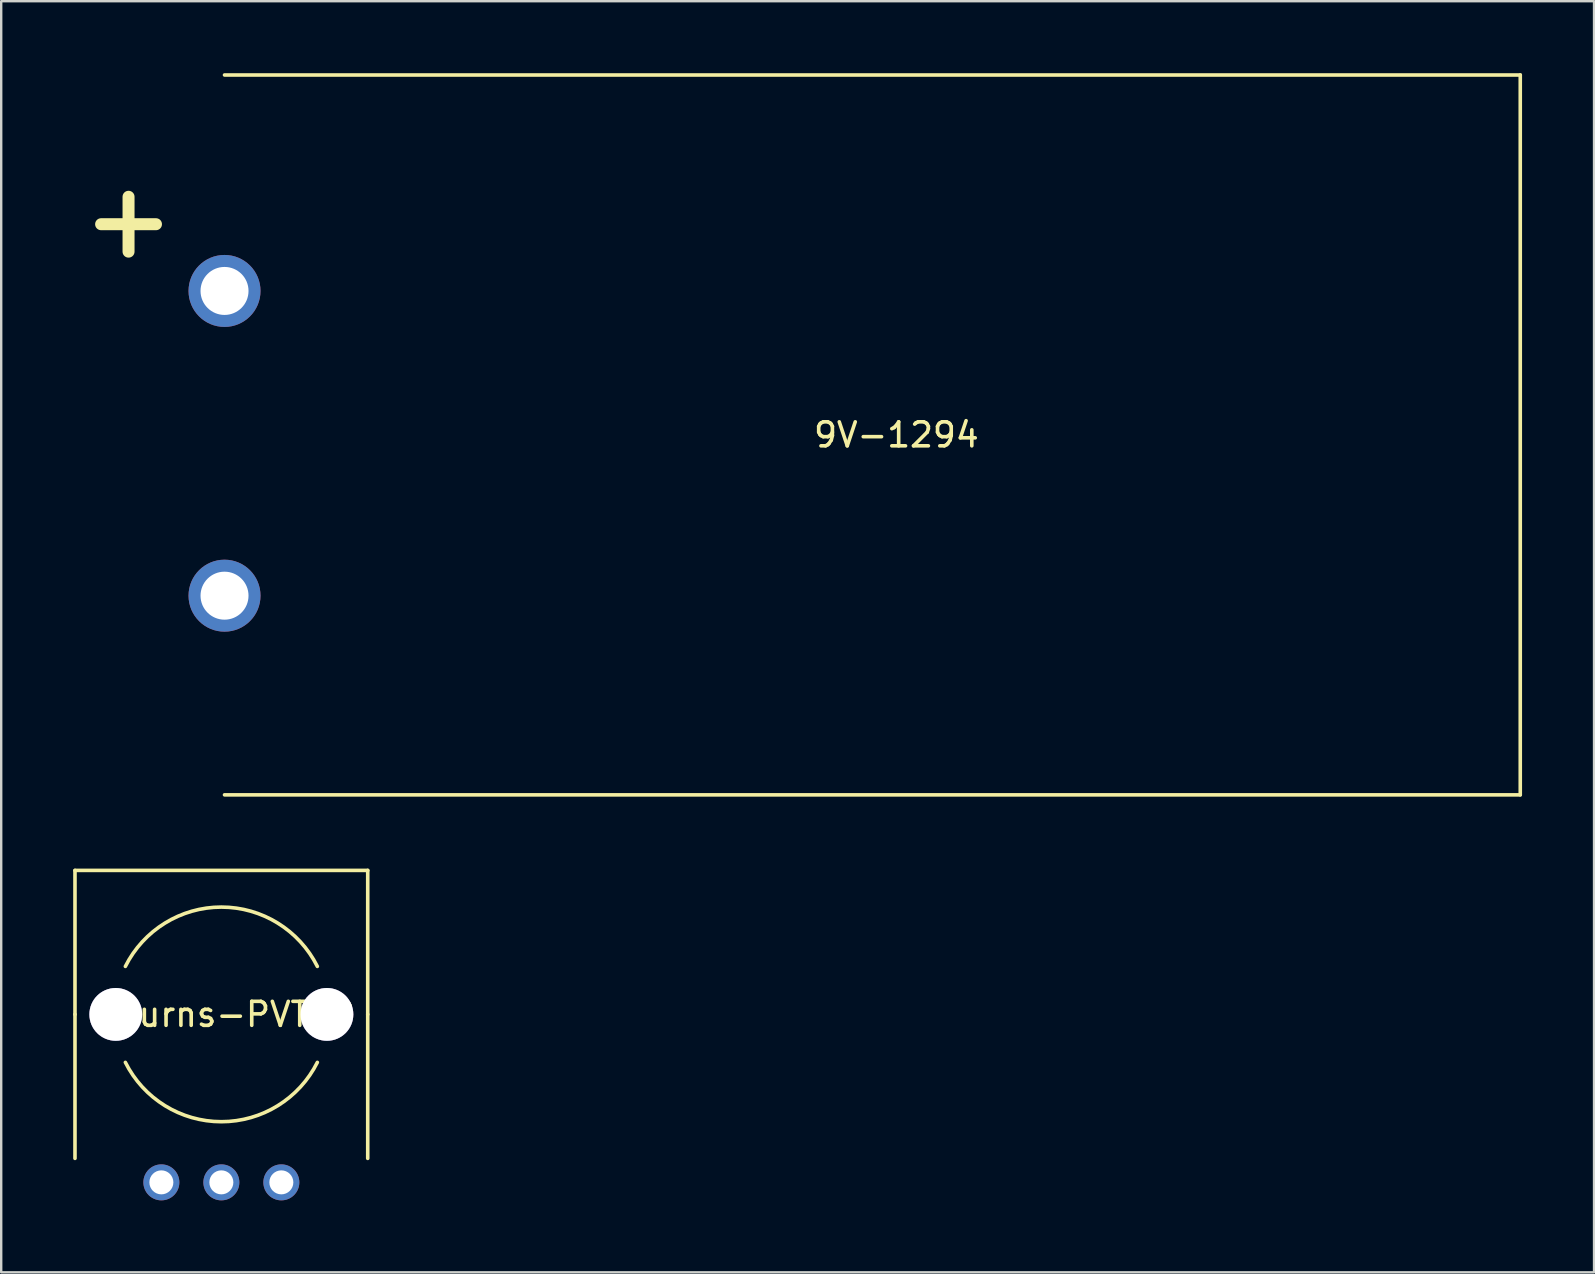
<source format=kicad_pcb>
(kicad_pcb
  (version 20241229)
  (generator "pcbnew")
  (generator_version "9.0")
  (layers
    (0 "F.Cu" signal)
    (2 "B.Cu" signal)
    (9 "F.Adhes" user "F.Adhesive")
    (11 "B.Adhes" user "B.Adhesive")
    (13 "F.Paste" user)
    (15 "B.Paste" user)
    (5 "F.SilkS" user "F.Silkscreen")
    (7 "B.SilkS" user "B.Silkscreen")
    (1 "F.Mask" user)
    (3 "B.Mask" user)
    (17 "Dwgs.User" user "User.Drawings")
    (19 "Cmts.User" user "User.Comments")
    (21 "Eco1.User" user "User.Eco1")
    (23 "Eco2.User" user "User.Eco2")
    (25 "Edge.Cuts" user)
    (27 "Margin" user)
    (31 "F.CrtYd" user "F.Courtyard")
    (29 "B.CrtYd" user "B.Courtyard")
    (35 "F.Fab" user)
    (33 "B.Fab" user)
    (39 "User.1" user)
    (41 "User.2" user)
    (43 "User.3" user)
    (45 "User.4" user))
  (footprint "Bourns-PVT09"
    (layer "F.Cu")
    (at 3.675 46.225)
    (property "Reference" "Bourns-PVT09" (at 2.6 -7 0) (layer "F.SilkS") (effects (font (size 1 1) (thickness 0.15))))
    (attr through_hole)
    (fp_line (start -3.6 -7) (end -3.6 -13) (stroke (width 0.15) (type solid)) (layer "F.SilkS"))
    (fp_line (start -3.6 -7) (end -3.6 -1) (stroke (width 0.15) (type solid)) (layer "F.SilkS"))
    (fp_line (start 8.6 -13) (end -3.6 -13) (stroke (width 0.15) (type solid)) (layer "F.SilkS"))
    (fp_line (start 8.6 -7) (end 8.6 -13) (stroke (width 0.15) (type solid)) (layer "F.SilkS"))
    (fp_line (start 8.6 -7) (end 8.6 -1) (stroke (width 0.15) (type solid)) (layer "F.SilkS"))
    (fp_arc (start -1.5 -9) (mid 2.5 -11.472136) (end 6.5 -9) (stroke (width 0.15) (type solid)) (layer "F.SilkS"))
    (fp_arc (start 6.5 -5) (mid 2.5 -2.527864) (end -1.5 -5) (stroke (width 0.15) (type solid)) (layer "F.SilkS"))
    (pad "" thru_hole circle (at -1.9 -7) (size 2.2 2.2) (drill 2.2) (layers "*.Cu" "*.Mask"))
    (pad "" thru_hole circle (at 6.9 -7) (size 2.2 2.2) (drill 2.2) (layers "*.Cu" "*.Mask"))
    (pad "1" thru_hole circle (at 0 0) (size 1.5 1.5) (drill 1) (layers "*.Cu" "*.Mask"))
    (pad "2" thru_hole circle (at 2.5 0) (size 1.5 1.5) (drill 1) (layers "*.Cu" "*.Mask"))
    (pad "3" thru_hole circle (at 5 0) (size 1.5 1.5) (drill 1) (layers "*.Cu" "*.Mask")))
  (footprint "9V-1294"
    (layer "F.Cu")
    (at 6.307 9.075)
    (property "Reference" "9V-1294" (at 28 6 0) (layer "F.SilkS") (effects (font (size 1 1) (thickness 0.15))))
    (attr through_hole)
    (fp_line (start 0 -9) (end 54 -9) (stroke (width 0.15) (type solid)) (layer "F.SilkS"))
    (fp_line (start 0 21) (end 54 21) (stroke (width 0.15) (type solid)) (layer "F.SilkS"))
    (fp_line (start 54 -9) (end 54 21) (stroke (width 0.15) (type solid)) (layer "F.SilkS"))
    (fp_text user "+" (at -4 -3 0) (layer "F.SilkS") (effects (font (size 3 3) (thickness 0.5))))
    (pad "1" thru_hole circle (at 0 0) (size 3 3) (drill 2) (layers "*.Cu" "*.Mask"))
    (pad "2" thru_hole circle (at 0 12.7) (size 3 3) (drill 2) (layers "*.Cu" "*.Mask")))
  (gr_rect
    (start -3 -3)
    (end 63.382 49.975)
    (stroke (width 0.1) (type default))
    (fill no)
    (layer "Edge.Cuts")))
</source>
